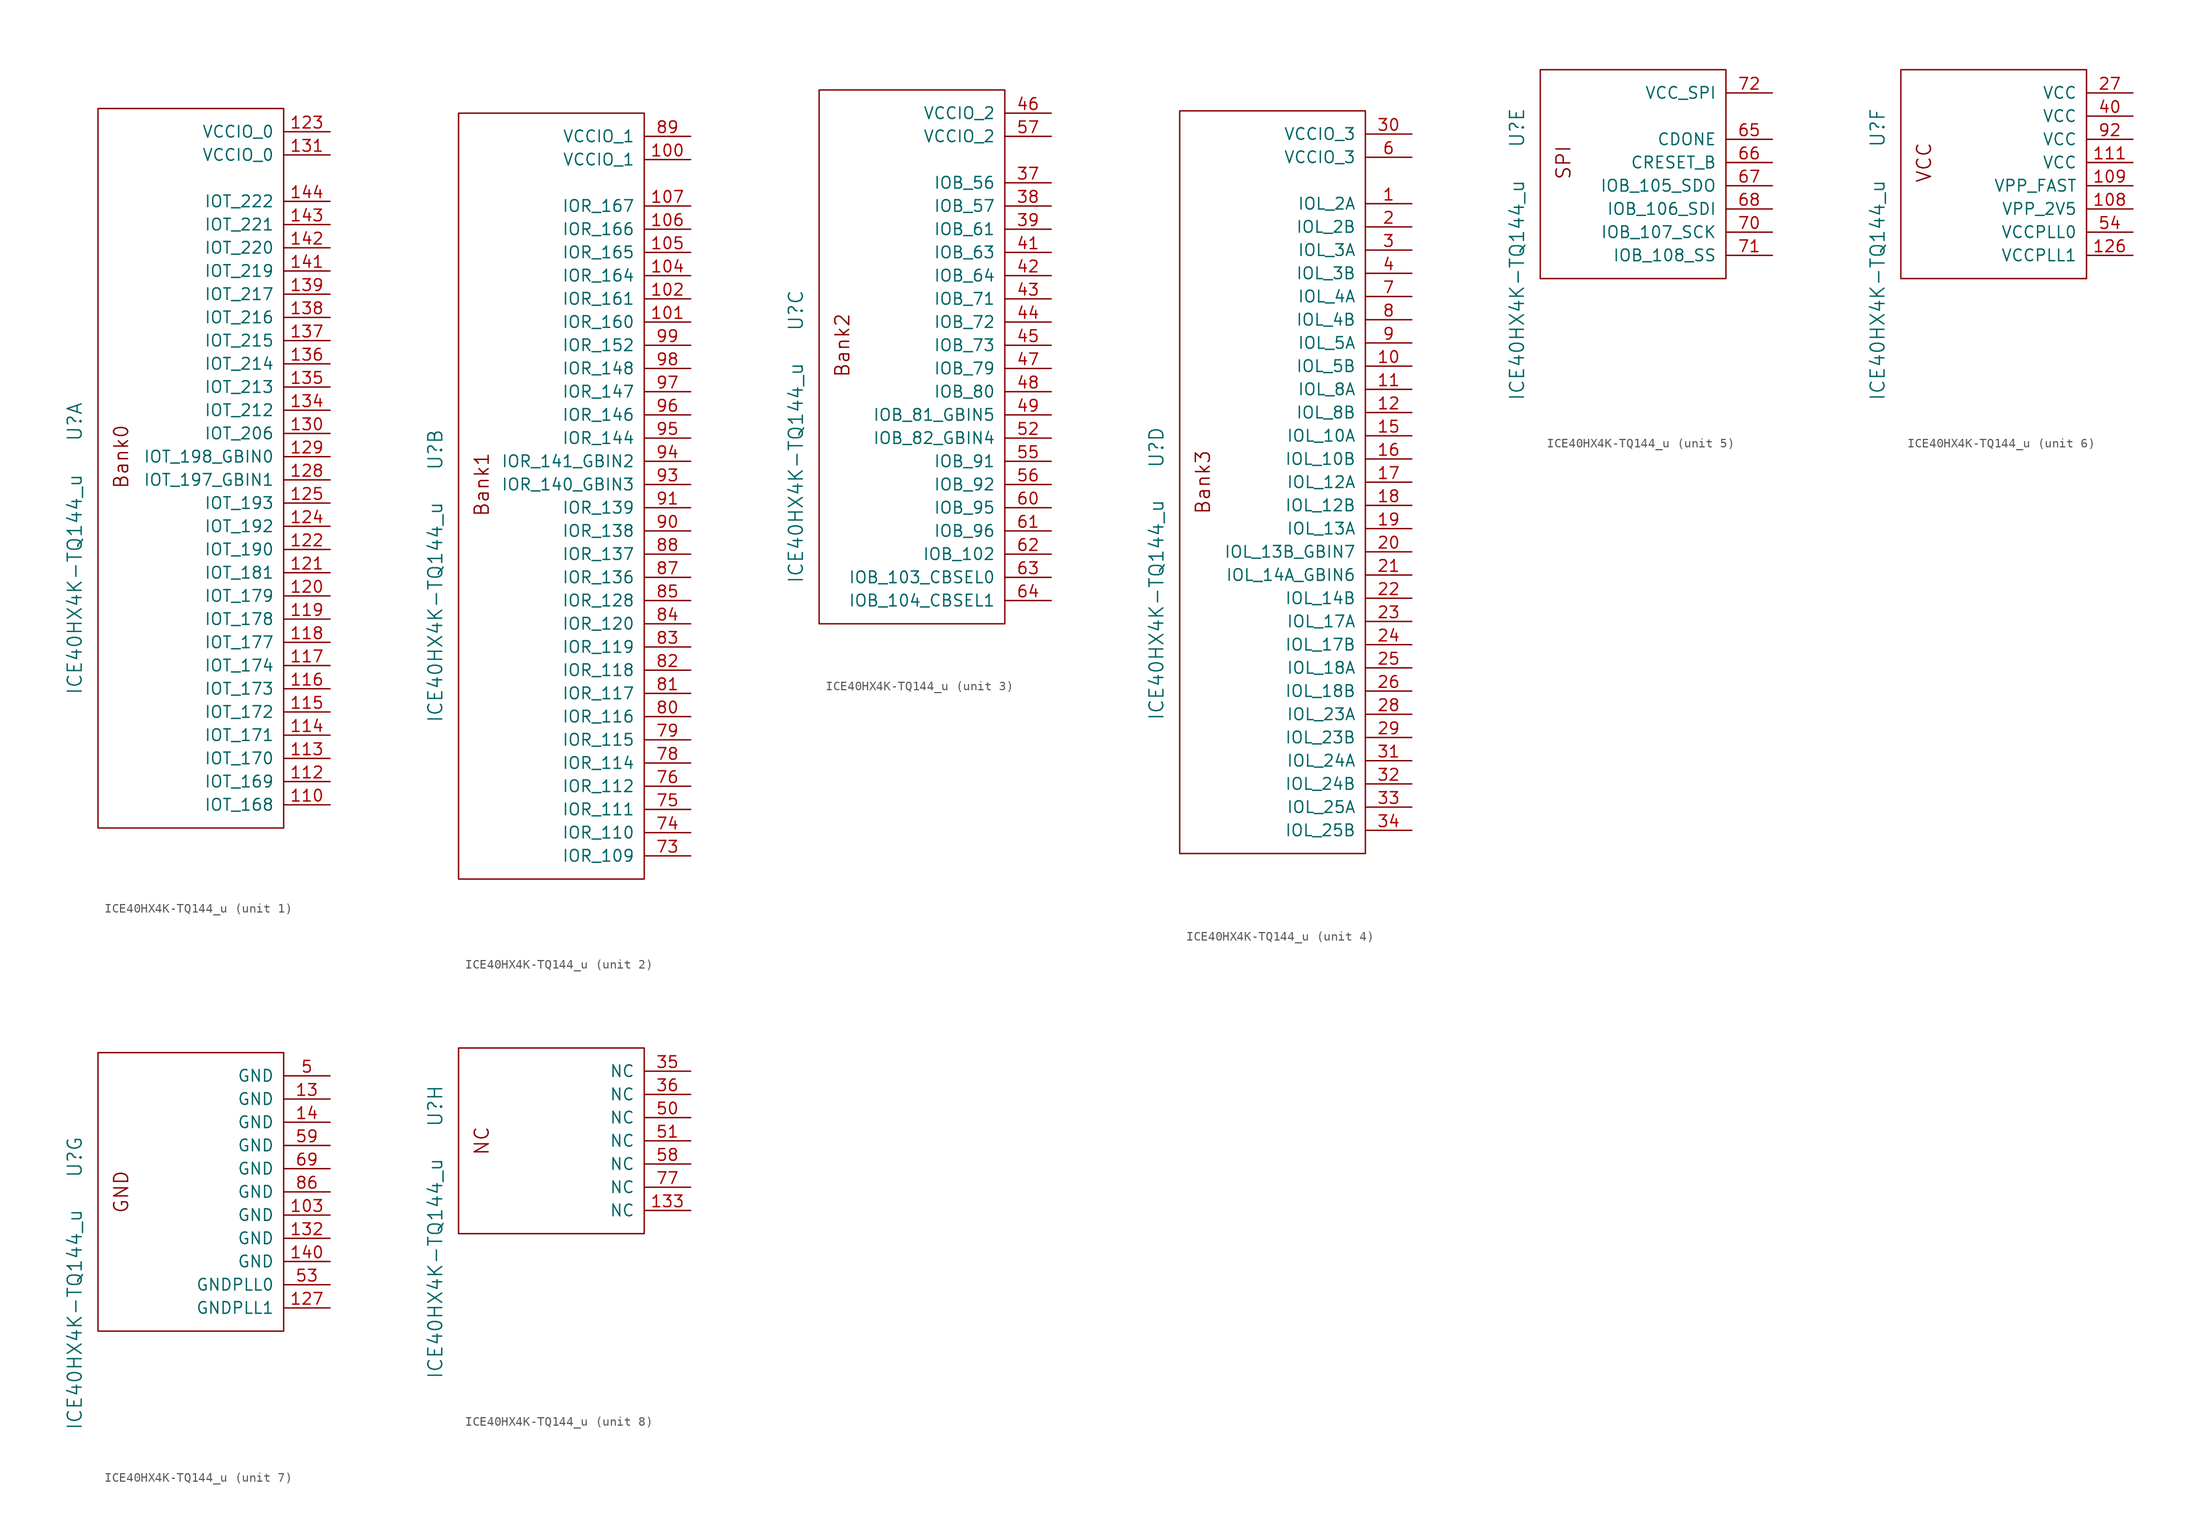
<source format=kicad_sym>
(kicad_symbol_lib
  (version 20201005)
  (generator kicad_symbol_editor)
  (symbol "pkl_lattice:ICE40HX4K-TQ144_u"
    (pin_names
      (offset 1.016))
    (property "Reference" "U"
      (at -12.7 3.81 90)
      (effects (font (size 1.524 1.524))))
    (property "Value" "ICE40HX4K-TQ144_u"
      (at -12.7 -13.97 90)
      (effects (font (size 1.524 1.524))))
    (symbol "ICE40HX4K-TQ144_u_1_0"
      (text "Bank0" (at -7.62 0 900) (effects (font (size 1.524 1.524)))))
    (symbol "ICE40HX4K-TQ144_u_1_1"
      (rectangle (start -10.16 38.1) (end 10.16 -40.64) (stroke (width 0)) (fill (type none)))
      (pin passive line (at 15.24 -38.1 180) (length 5.08) (name "IOT_168" (effects (font (size 1.27 1.27)))) (number "110" (effects (font (size 1.27 1.27)))))
      (pin passive line (at 15.24 -35.56 180) (length 5.08) (name "IOT_169" (effects (font (size 1.27 1.27)))) (number "112" (effects (font (size 1.27 1.27)))))
      (pin passive line (at 15.24 -33.02 180) (length 5.08) (name "IOT_170" (effects (font (size 1.27 1.27)))) (number "113" (effects (font (size 1.27 1.27)))))
      (pin passive line (at 15.24 -30.48 180) (length 5.08) (name "IOT_171" (effects (font (size 1.27 1.27)))) (number "114" (effects (font (size 1.27 1.27)))))
      (pin passive line (at 15.24 -27.94 180) (length 5.08) (name "IOT_172" (effects (font (size 1.27 1.27)))) (number "115" (effects (font (size 1.27 1.27)))))
      (pin passive line (at 15.24 -25.4 180) (length 5.08) (name "IOT_173" (effects (font (size 1.27 1.27)))) (number "116" (effects (font (size 1.27 1.27)))))
      (pin passive line (at 15.24 -22.86 180) (length 5.08) (name "IOT_174" (effects (font (size 1.27 1.27)))) (number "117" (effects (font (size 1.27 1.27)))))
      (pin passive line (at 15.24 -20.32 180) (length 5.08) (name "IOT_177" (effects (font (size 1.27 1.27)))) (number "118" (effects (font (size 1.27 1.27)))))
      (pin passive line (at 15.24 -17.78 180) (length 5.08) (name "IOT_178" (effects (font (size 1.27 1.27)))) (number "119" (effects (font (size 1.27 1.27)))))
      (pin passive line (at 15.24 -15.24 180) (length 5.08) (name "IOT_179" (effects (font (size 1.27 1.27)))) (number "120" (effects (font (size 1.27 1.27)))))
      (pin passive line (at 15.24 -12.7 180) (length 5.08) (name "IOT_181" (effects (font (size 1.27 1.27)))) (number "121" (effects (font (size 1.27 1.27)))))
      (pin passive line (at 15.24 -10.16 180) (length 5.08) (name "IOT_190" (effects (font (size 1.27 1.27)))) (number "122" (effects (font (size 1.27 1.27)))))
      (pin passive line (at 15.24 35.56 180) (length 5.08) (name "VCCIO_0" (effects (font (size 1.27 1.27)))) (number "123" (effects (font (size 1.27 1.27)))))
      (pin passive line (at 15.24 -7.62 180) (length 5.08) (name "IOT_192" (effects (font (size 1.27 1.27)))) (number "124" (effects (font (size 1.27 1.27)))))
      (pin passive line (at 15.24 -5.08 180) (length 5.08) (name "IOT_193" (effects (font (size 1.27 1.27)))) (number "125" (effects (font (size 1.27 1.27)))))
      (pin passive line (at 15.24 -2.54 180) (length 5.08) (name "IOT_197_GBIN1" (effects (font (size 1.27 1.27)))) (number "128" (effects (font (size 1.27 1.27)))))
      (pin passive line (at 15.24 0 180) (length 5.08) (name "IOT_198_GBIN0" (effects (font (size 1.27 1.27)))) (number "129" (effects (font (size 1.27 1.27)))))
      (pin passive line (at 15.24 2.54 180) (length 5.08) (name "IOT_206" (effects (font (size 1.27 1.27)))) (number "130" (effects (font (size 1.27 1.27)))))
      (pin passive line (at 15.24 33.02 180) (length 5.08) (name "VCCIO_0" (effects (font (size 1.27 1.27)))) (number "131" (effects (font (size 1.27 1.27)))))
      (pin passive line (at 15.24 5.08 180) (length 5.08) (name "IOT_212" (effects (font (size 1.27 1.27)))) (number "134" (effects (font (size 1.27 1.27)))))
      (pin passive line (at 15.24 7.62 180) (length 5.08) (name "IOT_213" (effects (font (size 1.27 1.27)))) (number "135" (effects (font (size 1.27 1.27)))))
      (pin passive line (at 15.24 10.16 180) (length 5.08) (name "IOT_214" (effects (font (size 1.27 1.27)))) (number "136" (effects (font (size 1.27 1.27)))))
      (pin passive line (at 15.24 12.7 180) (length 5.08) (name "IOT_215" (effects (font (size 1.27 1.27)))) (number "137" (effects (font (size 1.27 1.27)))))
      (pin passive line (at 15.24 15.24 180) (length 5.08) (name "IOT_216" (effects (font (size 1.27 1.27)))) (number "138" (effects (font (size 1.27 1.27)))))
      (pin passive line (at 15.24 17.78 180) (length 5.08) (name "IOT_217" (effects (font (size 1.27 1.27)))) (number "139" (effects (font (size 1.27 1.27)))))
      (pin passive line (at 15.24 20.32 180) (length 5.08) (name "IOT_219" (effects (font (size 1.27 1.27)))) (number "141" (effects (font (size 1.27 1.27)))))
      (pin passive line (at 15.24 22.86 180) (length 5.08) (name "IOT_220" (effects (font (size 1.27 1.27)))) (number "142" (effects (font (size 1.27 1.27)))))
      (pin passive line (at 15.24 25.4 180) (length 5.08) (name "IOT_221" (effects (font (size 1.27 1.27)))) (number "143" (effects (font (size 1.27 1.27)))))
      (pin passive line (at 15.24 27.94 180) (length 5.08) (name "IOT_222" (effects (font (size 1.27 1.27)))) (number "144" (effects (font (size 1.27 1.27))))))
    (symbol "ICE40HX4K-TQ144_u_2_0"
      (text "Bank1" (at -7.62 0 900) (effects (font (size 1.524 1.524)))))
    (symbol "ICE40HX4K-TQ144_u_2_1"
      (rectangle (start -10.16 40.64) (end 10.16 -43.18) (stroke (width 0)) (fill (type none)))
      (pin passive line (at 15.24 35.56 180) (length 5.08) (name "VCCIO_1" (effects (font (size 1.27 1.27)))) (number "100" (effects (font (size 1.27 1.27)))))
      (pin passive line (at 15.24 17.78 180) (length 5.08) (name "IOR_160" (effects (font (size 1.27 1.27)))) (number "101" (effects (font (size 1.27 1.27)))))
      (pin passive line (at 15.24 20.32 180) (length 5.08) (name "IOR_161" (effects (font (size 1.27 1.27)))) (number "102" (effects (font (size 1.27 1.27)))))
      (pin passive line (at 15.24 22.86 180) (length 5.08) (name "IOR_164" (effects (font (size 1.27 1.27)))) (number "104" (effects (font (size 1.27 1.27)))))
      (pin passive line (at 15.24 25.4 180) (length 5.08) (name "IOR_165" (effects (font (size 1.27 1.27)))) (number "105" (effects (font (size 1.27 1.27)))))
      (pin passive line (at 15.24 27.94 180) (length 5.08) (name "IOR_166" (effects (font (size 1.27 1.27)))) (number "106" (effects (font (size 1.27 1.27)))))
      (pin passive line (at 15.24 30.48 180) (length 5.08) (name "IOR_167" (effects (font (size 1.27 1.27)))) (number "107" (effects (font (size 1.27 1.27)))))
      (pin passive line (at 15.24 -40.64 180) (length 5.08) (name "IOR_109" (effects (font (size 1.27 1.27)))) (number "73" (effects (font (size 1.27 1.27)))))
      (pin passive line (at 15.24 -38.1 180) (length 5.08) (name "IOR_110" (effects (font (size 1.27 1.27)))) (number "74" (effects (font (size 1.27 1.27)))))
      (pin passive line (at 15.24 -35.56 180) (length 5.08) (name "IOR_111" (effects (font (size 1.27 1.27)))) (number "75" (effects (font (size 1.27 1.27)))))
      (pin passive line (at 15.24 -33.02 180) (length 5.08) (name "IOR_112" (effects (font (size 1.27 1.27)))) (number "76" (effects (font (size 1.27 1.27)))))
      (pin passive line (at 15.24 -30.48 180) (length 5.08) (name "IOR_114" (effects (font (size 1.27 1.27)))) (number "78" (effects (font (size 1.27 1.27)))))
      (pin passive line (at 15.24 -27.94 180) (length 5.08) (name "IOR_115" (effects (font (size 1.27 1.27)))) (number "79" (effects (font (size 1.27 1.27)))))
      (pin passive line (at 15.24 -25.4 180) (length 5.08) (name "IOR_116" (effects (font (size 1.27 1.27)))) (number "80" (effects (font (size 1.27 1.27)))))
      (pin passive line (at 15.24 -22.86 180) (length 5.08) (name "IOR_117" (effects (font (size 1.27 1.27)))) (number "81" (effects (font (size 1.27 1.27)))))
      (pin passive line (at 15.24 -20.32 180) (length 5.08) (name "IOR_118" (effects (font (size 1.27 1.27)))) (number "82" (effects (font (size 1.27 1.27)))))
      (pin passive line (at 15.24 -17.78 180) (length 5.08) (name "IOR_119" (effects (font (size 1.27 1.27)))) (number "83" (effects (font (size 1.27 1.27)))))
      (pin passive line (at 15.24 -15.24 180) (length 5.08) (name "IOR_120" (effects (font (size 1.27 1.27)))) (number "84" (effects (font (size 1.27 1.27)))))
      (pin passive line (at 15.24 -12.7 180) (length 5.08) (name "IOR_128" (effects (font (size 1.27 1.27)))) (number "85" (effects (font (size 1.27 1.27)))))
      (pin passive line (at 15.24 -10.16 180) (length 5.08) (name "IOR_136" (effects (font (size 1.27 1.27)))) (number "87" (effects (font (size 1.27 1.27)))))
      (pin passive line (at 15.24 -7.62 180) (length 5.08) (name "IOR_137" (effects (font (size 1.27 1.27)))) (number "88" (effects (font (size 1.27 1.27)))))
      (pin passive line (at 15.24 38.1 180) (length 5.08) (name "VCCIO_1" (effects (font (size 1.27 1.27)))) (number "89" (effects (font (size 1.27 1.27)))))
      (pin passive line (at 15.24 -5.08 180) (length 5.08) (name "IOR_138" (effects (font (size 1.27 1.27)))) (number "90" (effects (font (size 1.27 1.27)))))
      (pin passive line (at 15.24 -2.54 180) (length 5.08) (name "IOR_139" (effects (font (size 1.27 1.27)))) (number "91" (effects (font (size 1.27 1.27)))))
      (pin passive line (at 15.24 0 180) (length 5.08) (name "IOR_140_GBIN3" (effects (font (size 1.27 1.27)))) (number "93" (effects (font (size 1.27 1.27)))))
      (pin passive line (at 15.24 2.54 180) (length 5.08) (name "IOR_141_GBIN2" (effects (font (size 1.27 1.27)))) (number "94" (effects (font (size 1.27 1.27)))))
      (pin passive line (at 15.24 5.08 180) (length 5.08) (name "IOR_144" (effects (font (size 1.27 1.27)))) (number "95" (effects (font (size 1.27 1.27)))))
      (pin passive line (at 15.24 7.62 180) (length 5.08) (name "IOR_146" (effects (font (size 1.27 1.27)))) (number "96" (effects (font (size 1.27 1.27)))))
      (pin passive line (at 15.24 10.16 180) (length 5.08) (name "IOR_147" (effects (font (size 1.27 1.27)))) (number "97" (effects (font (size 1.27 1.27)))))
      (pin passive line (at 15.24 12.7 180) (length 5.08) (name "IOR_148" (effects (font (size 1.27 1.27)))) (number "98" (effects (font (size 1.27 1.27)))))
      (pin passive line (at 15.24 15.24 180) (length 5.08) (name "IOR_152" (effects (font (size 1.27 1.27)))) (number "99" (effects (font (size 1.27 1.27))))))
    (symbol "ICE40HX4K-TQ144_u_3_0"
      (text "Bank2" (at -7.62 0 900) (effects (font (size 1.524 1.524)))))
    (symbol "ICE40HX4K-TQ144_u_3_1"
      (rectangle (start 10.16 27.94) (end -10.16 -30.48) (stroke (width 0)) (fill (type none)))
      (pin passive line (at 15.24 17.78 180) (length 5.08) (name "IOB_56" (effects (font (size 1.27 1.27)))) (number "37" (effects (font (size 1.27 1.27)))))
      (pin passive line (at 15.24 15.24 180) (length 5.08) (name "IOB_57" (effects (font (size 1.27 1.27)))) (number "38" (effects (font (size 1.27 1.27)))))
      (pin passive line (at 15.24 12.7 180) (length 5.08) (name "IOB_61" (effects (font (size 1.27 1.27)))) (number "39" (effects (font (size 1.27 1.27)))))
      (pin passive line (at 15.24 10.16 180) (length 5.08) (name "IOB_63" (effects (font (size 1.27 1.27)))) (number "41" (effects (font (size 1.27 1.27)))))
      (pin passive line (at 15.24 7.62 180) (length 5.08) (name "IOB_64" (effects (font (size 1.27 1.27)))) (number "42" (effects (font (size 1.27 1.27)))))
      (pin passive line (at 15.24 5.08 180) (length 5.08) (name "IOB_71" (effects (font (size 1.27 1.27)))) (number "43" (effects (font (size 1.27 1.27)))))
      (pin passive line (at 15.24 2.54 180) (length 5.08) (name "IOB_72" (effects (font (size 1.27 1.27)))) (number "44" (effects (font (size 1.27 1.27)))))
      (pin passive line (at 15.24 0 180) (length 5.08) (name "IOB_73" (effects (font (size 1.27 1.27)))) (number "45" (effects (font (size 1.27 1.27)))))
      (pin passive line (at 15.24 25.4 180) (length 5.08) (name "VCCIO_2" (effects (font (size 1.27 1.27)))) (number "46" (effects (font (size 1.27 1.27)))))
      (pin passive line (at 15.24 -2.54 180) (length 5.08) (name "IOB_79" (effects (font (size 1.27 1.27)))) (number "47" (effects (font (size 1.27 1.27)))))
      (pin passive line (at 15.24 -5.08 180) (length 5.08) (name "IOB_80" (effects (font (size 1.27 1.27)))) (number "48" (effects (font (size 1.27 1.27)))))
      (pin passive line (at 15.24 -7.62 180) (length 5.08) (name "IOB_81_GBIN5" (effects (font (size 1.27 1.27)))) (number "49" (effects (font (size 1.27 1.27)))))
      (pin passive line (at 15.24 -10.16 180) (length 5.08) (name "IOB_82_GBIN4" (effects (font (size 1.27 1.27)))) (number "52" (effects (font (size 1.27 1.27)))))
      (pin passive line (at 15.24 -12.7 180) (length 5.08) (name "IOB_91" (effects (font (size 1.27 1.27)))) (number "55" (effects (font (size 1.27 1.27)))))
      (pin passive line (at 15.24 -15.24 180) (length 5.08) (name "IOB_92" (effects (font (size 1.27 1.27)))) (number "56" (effects (font (size 1.27 1.27)))))
      (pin passive line (at 15.24 22.86 180) (length 5.08) (name "VCCIO_2" (effects (font (size 1.27 1.27)))) (number "57" (effects (font (size 1.27 1.27)))))
      (pin passive line (at 15.24 -17.78 180) (length 5.08) (name "IOB_95" (effects (font (size 1.27 1.27)))) (number "60" (effects (font (size 1.27 1.27)))))
      (pin passive line (at 15.24 -20.32 180) (length 5.08) (name "IOB_96" (effects (font (size 1.27 1.27)))) (number "61" (effects (font (size 1.27 1.27)))))
      (pin passive line (at 15.24 -22.86 180) (length 5.08) (name "IOB_102" (effects (font (size 1.27 1.27)))) (number "62" (effects (font (size 1.27 1.27)))))
      (pin passive line (at 15.24 -25.4 180) (length 5.08) (name "IOB_103_CBSEL0" (effects (font (size 1.27 1.27)))) (number "63" (effects (font (size 1.27 1.27)))))
      (pin passive line (at 15.24 -27.94 180) (length 5.08) (name "IOB_104_CBSEL1" (effects (font (size 1.27 1.27)))) (number "64" (effects (font (size 1.27 1.27))))))
    (symbol "ICE40HX4K-TQ144_u_4_0"
      (text "Bank3" (at -7.62 0 900) (effects (font (size 1.524 1.524)))))
    (symbol "ICE40HX4K-TQ144_u_4_1"
      (rectangle (start -10.16 40.64) (end 10.16 -40.64) (stroke (width 0)) (fill (type none)))
      (pin passive line (at 15.24 30.48 180) (length 5.08) (name "IOL_2A" (effects (font (size 1.27 1.27)))) (number "1" (effects (font (size 1.27 1.27)))))
      (pin passive line (at 15.24 12.7 180) (length 5.08) (name "IOL_5B" (effects (font (size 1.27 1.27)))) (number "10" (effects (font (size 1.27 1.27)))))
      (pin passive line (at 15.24 10.16 180) (length 5.08) (name "IOL_8A" (effects (font (size 1.27 1.27)))) (number "11" (effects (font (size 1.27 1.27)))))
      (pin passive line (at 15.24 7.62 180) (length 5.08) (name "IOL_8B" (effects (font (size 1.27 1.27)))) (number "12" (effects (font (size 1.27 1.27)))))
      (pin passive line (at 15.24 5.08 180) (length 5.08) (name "IOL_10A" (effects (font (size 1.27 1.27)))) (number "15" (effects (font (size 1.27 1.27)))))
      (pin passive line (at 15.24 2.54 180) (length 5.08) (name "IOL_10B" (effects (font (size 1.27 1.27)))) (number "16" (effects (font (size 1.27 1.27)))))
      (pin passive line (at 15.24 0 180) (length 5.08) (name "IOL_12A" (effects (font (size 1.27 1.27)))) (number "17" (effects (font (size 1.27 1.27)))))
      (pin passive line (at 15.24 -2.54 180) (length 5.08) (name "IOL_12B" (effects (font (size 1.27 1.27)))) (number "18" (effects (font (size 1.27 1.27)))))
      (pin passive line (at 15.24 -5.08 180) (length 5.08) (name "IOL_13A" (effects (font (size 1.27 1.27)))) (number "19" (effects (font (size 1.27 1.27)))))
      (pin passive line (at 15.24 27.94 180) (length 5.08) (name "IOL_2B" (effects (font (size 1.27 1.27)))) (number "2" (effects (font (size 1.27 1.27)))))
      (pin passive line (at 15.24 -7.62 180) (length 5.08) (name "IOL_13B_GBIN7" (effects (font (size 1.27 1.27)))) (number "20" (effects (font (size 1.27 1.27)))))
      (pin passive line (at 15.24 -10.16 180) (length 5.08) (name "IOL_14A_GBIN6" (effects (font (size 1.27 1.27)))) (number "21" (effects (font (size 1.27 1.27)))))
      (pin passive line (at 15.24 -12.7 180) (length 5.08) (name "IOL_14B" (effects (font (size 1.27 1.27)))) (number "22" (effects (font (size 1.27 1.27)))))
      (pin passive line (at 15.24 -15.24 180) (length 5.08) (name "IOL_17A" (effects (font (size 1.27 1.27)))) (number "23" (effects (font (size 1.27 1.27)))))
      (pin passive line (at 15.24 -17.78 180) (length 5.08) (name "IOL_17B" (effects (font (size 1.27 1.27)))) (number "24" (effects (font (size 1.27 1.27)))))
      (pin passive line (at 15.24 -20.32 180) (length 5.08) (name "IOL_18A" (effects (font (size 1.27 1.27)))) (number "25" (effects (font (size 1.27 1.27)))))
      (pin passive line (at 15.24 -22.86 180) (length 5.08) (name "IOL_18B" (effects (font (size 1.27 1.27)))) (number "26" (effects (font (size 1.27 1.27)))))
      (pin passive line (at 15.24 -25.4 180) (length 5.08) (name "IOL_23A" (effects (font (size 1.27 1.27)))) (number "28" (effects (font (size 1.27 1.27)))))
      (pin passive line (at 15.24 -27.94 180) (length 5.08) (name "IOL_23B" (effects (font (size 1.27 1.27)))) (number "29" (effects (font (size 1.27 1.27)))))
      (pin passive line (at 15.24 25.4 180) (length 5.08) (name "IOL_3A" (effects (font (size 1.27 1.27)))) (number "3" (effects (font (size 1.27 1.27)))))
      (pin passive line (at 15.24 38.1 180) (length 5.08) (name "VCCIO_3" (effects (font (size 1.27 1.27)))) (number "30" (effects (font (size 1.27 1.27)))))
      (pin passive line (at 15.24 -30.48 180) (length 5.08) (name "IOL_24A" (effects (font (size 1.27 1.27)))) (number "31" (effects (font (size 1.27 1.27)))))
      (pin passive line (at 15.24 -33.02 180) (length 5.08) (name "IOL_24B" (effects (font (size 1.27 1.27)))) (number "32" (effects (font (size 1.27 1.27)))))
      (pin passive line (at 15.24 -35.56 180) (length 5.08) (name "IOL_25A" (effects (font (size 1.27 1.27)))) (number "33" (effects (font (size 1.27 1.27)))))
      (pin passive line (at 15.24 -38.1 180) (length 5.08) (name "IOL_25B" (effects (font (size 1.27 1.27)))) (number "34" (effects (font (size 1.27 1.27)))))
      (pin passive line (at 15.24 22.86 180) (length 5.08) (name "IOL_3B" (effects (font (size 1.27 1.27)))) (number "4" (effects (font (size 1.27 1.27)))))
      (pin passive line (at 15.24 35.56 180) (length 5.08) (name "VCCIO_3" (effects (font (size 1.27 1.27)))) (number "6" (effects (font (size 1.27 1.27)))))
      (pin passive line (at 15.24 20.32 180) (length 5.08) (name "IOL_4A" (effects (font (size 1.27 1.27)))) (number "7" (effects (font (size 1.27 1.27)))))
      (pin passive line (at 15.24 17.78 180) (length 5.08) (name "IOL_4B" (effects (font (size 1.27 1.27)))) (number "8" (effects (font (size 1.27 1.27)))))
      (pin passive line (at 15.24 15.24 180) (length 5.08) (name "IOL_5A" (effects (font (size 1.27 1.27)))) (number "9" (effects (font (size 1.27 1.27))))))
    (symbol "ICE40HX4K-TQ144_u_5_0"
      (text "SPI" (at -7.62 0 900) (effects (font (size 1.524 1.524)))))
    (symbol "ICE40HX4K-TQ144_u_5_1"
      (rectangle (start -10.16 10.16) (end 10.16 -12.7) (stroke (width 0)) (fill (type none)))
      (pin passive line (at 15.24 2.54 180) (length 5.08) (name "CDONE" (effects (font (size 1.27 1.27)))) (number "65" (effects (font (size 1.27 1.27)))))
      (pin passive line (at 15.24 0 180) (length 5.08) (name "CRESET_B" (effects (font (size 1.27 1.27)))) (number "66" (effects (font (size 1.27 1.27)))))
      (pin passive line (at 15.24 -2.54 180) (length 5.08) (name "IOB_105_SDO" (effects (font (size 1.27 1.27)))) (number "67" (effects (font (size 1.27 1.27)))))
      (pin passive line (at 15.24 -5.08 180) (length 5.08) (name "IOB_106_SDI" (effects (font (size 1.27 1.27)))) (number "68" (effects (font (size 1.27 1.27)))))
      (pin passive line (at 15.24 -7.62 180) (length 5.08) (name "IOB_107_SCK" (effects (font (size 1.27 1.27)))) (number "70" (effects (font (size 1.27 1.27)))))
      (pin passive line (at 15.24 -10.16 180) (length 5.08) (name "IOB_108_SS" (effects (font (size 1.27 1.27)))) (number "71" (effects (font (size 1.27 1.27)))))
      (pin passive line (at 15.24 7.62 180) (length 5.08) (name "VCC_SPI" (effects (font (size 1.27 1.27)))) (number "72" (effects (font (size 1.27 1.27))))))
    (symbol "ICE40HX4K-TQ144_u_6_0"
      (text "VCC" (at -7.62 0 900) (effects (font (size 1.524 1.524)))))
    (symbol "ICE40HX4K-TQ144_u_6_1"
      (rectangle (start -10.16 10.16) (end 10.16 -12.7) (stroke (width 0)) (fill (type none)))
      (pin passive line (at 15.24 -5.08 180) (length 5.08) (name "VPP_2V5" (effects (font (size 1.27 1.27)))) (number "108" (effects (font (size 1.27 1.27)))))
      (pin passive line (at 15.24 -2.54 180) (length 5.08) (name "VPP_FAST" (effects (font (size 1.27 1.27)))) (number "109" (effects (font (size 1.27 1.27)))))
      (pin passive line (at 15.24 0 180) (length 5.08) (name "VCC" (effects (font (size 1.27 1.27)))) (number "111" (effects (font (size 1.27 1.27)))))
      (pin passive line (at 15.24 -10.16 180) (length 5.08) (name "VCCPLL1" (effects (font (size 1.27 1.27)))) (number "126" (effects (font (size 1.27 1.27)))))
      (pin passive line (at 15.24 7.62 180) (length 5.08) (name "VCC" (effects (font (size 1.27 1.27)))) (number "27" (effects (font (size 1.27 1.27)))))
      (pin passive line (at 15.24 5.08 180) (length 5.08) (name "VCC" (effects (font (size 1.27 1.27)))) (number "40" (effects (font (size 1.27 1.27)))))
      (pin passive line (at 15.24 -7.62 180) (length 5.08) (name "VCCPLL0" (effects (font (size 1.27 1.27)))) (number "54" (effects (font (size 1.27 1.27)))))
      (pin passive line (at 15.24 2.54 180) (length 5.08) (name "VCC" (effects (font (size 1.27 1.27)))) (number "92" (effects (font (size 1.27 1.27))))))
    (symbol "ICE40HX4K-TQ144_u_7_0"
      (text "GND" (at -7.62 0 900) (effects (font (size 1.524 1.524))))
      (rectangle (start -10.16 15.24) (end 10.16 -15.24) (stroke (width 0)) (fill (type none))))
    (symbol "ICE40HX4K-TQ144_u_7_1"
      (pin passive line (at 15.24 -2.54 180) (length 5.08) (name "GND" (effects (font (size 1.27 1.27)))) (number "103" (effects (font (size 1.27 1.27)))))
      (pin passive line (at 15.24 -12.7 180) (length 5.08) (name "GNDPLL1" (effects (font (size 1.27 1.27)))) (number "127" (effects (font (size 1.27 1.27)))))
      (pin passive line (at 15.24 10.16 180) (length 5.08) (name "GND" (effects (font (size 1.27 1.27)))) (number "13" (effects (font (size 1.27 1.27)))))
      (pin passive line (at 15.24 -5.08 180) (length 5.08) (name "GND" (effects (font (size 1.27 1.27)))) (number "132" (effects (font (size 1.27 1.27)))))
      (pin passive line (at 15.24 7.62 180) (length 5.08) (name "GND" (effects (font (size 1.27 1.27)))) (number "14" (effects (font (size 1.27 1.27)))))
      (pin passive line (at 15.24 -7.62 180) (length 5.08) (name "GND" (effects (font (size 1.27 1.27)))) (number "140" (effects (font (size 1.27 1.27)))))
      (pin passive line (at 15.24 12.7 180) (length 5.08) (name "GND" (effects (font (size 1.27 1.27)))) (number "5" (effects (font (size 1.27 1.27)))))
      (pin passive line (at 15.24 -10.16 180) (length 5.08) (name "GNDPLL0" (effects (font (size 1.27 1.27)))) (number "53" (effects (font (size 1.27 1.27)))))
      (pin passive line (at 15.24 5.08 180) (length 5.08) (name "GND" (effects (font (size 1.27 1.27)))) (number "59" (effects (font (size 1.27 1.27)))))
      (pin passive line (at 15.24 2.54 180) (length 5.08) (name "GND" (effects (font (size 1.27 1.27)))) (number "69" (effects (font (size 1.27 1.27)))))
      (pin passive line (at 15.24 0 180) (length 5.08) (name "GND" (effects (font (size 1.27 1.27)))) (number "86" (effects (font (size 1.27 1.27))))))
    (symbol "ICE40HX4K-TQ144_u_8_0"
      (text "NC" (at -7.62 0 900) (effects (font (size 1.524 1.524))))
      (rectangle (start -10.16 10.16) (end 10.16 -10.16) (stroke (width 0)) (fill (type none))))
    (symbol "ICE40HX4K-TQ144_u_8_1"
      (pin passive line (at 15.24 -7.62 180) (length 5.08) (name "NC" (effects (font (size 1.27 1.27)))) (number "133" (effects (font (size 1.27 1.27)))))
      (pin passive line (at 15.24 7.62 180) (length 5.08) (name "NC" (effects (font (size 1.27 1.27)))) (number "35" (effects (font (size 1.27 1.27)))))
      (pin passive line (at 15.24 5.08 180) (length 5.08) (name "NC" (effects (font (size 1.27 1.27)))) (number "36" (effects (font (size 1.27 1.27)))))
      (pin passive line (at 15.24 2.54 180) (length 5.08) (name "NC" (effects (font (size 1.27 1.27)))) (number "50" (effects (font (size 1.27 1.27)))))
      (pin passive line (at 15.24 0 180) (length 5.08) (name "NC" (effects (font (size 1.27 1.27)))) (number "51" (effects (font (size 1.27 1.27)))))
      (pin passive line (at 15.24 -2.54 180) (length 5.08) (name "NC" (effects (font (size 1.27 1.27)))) (number "58" (effects (font (size 1.27 1.27)))))
      (pin passive line (at 15.24 -5.08 180) (length 5.08) (name "NC" (effects (font (size 1.27 1.27)))) (number "77" (effects (font (size 1.27 1.27))))))))
</source>
